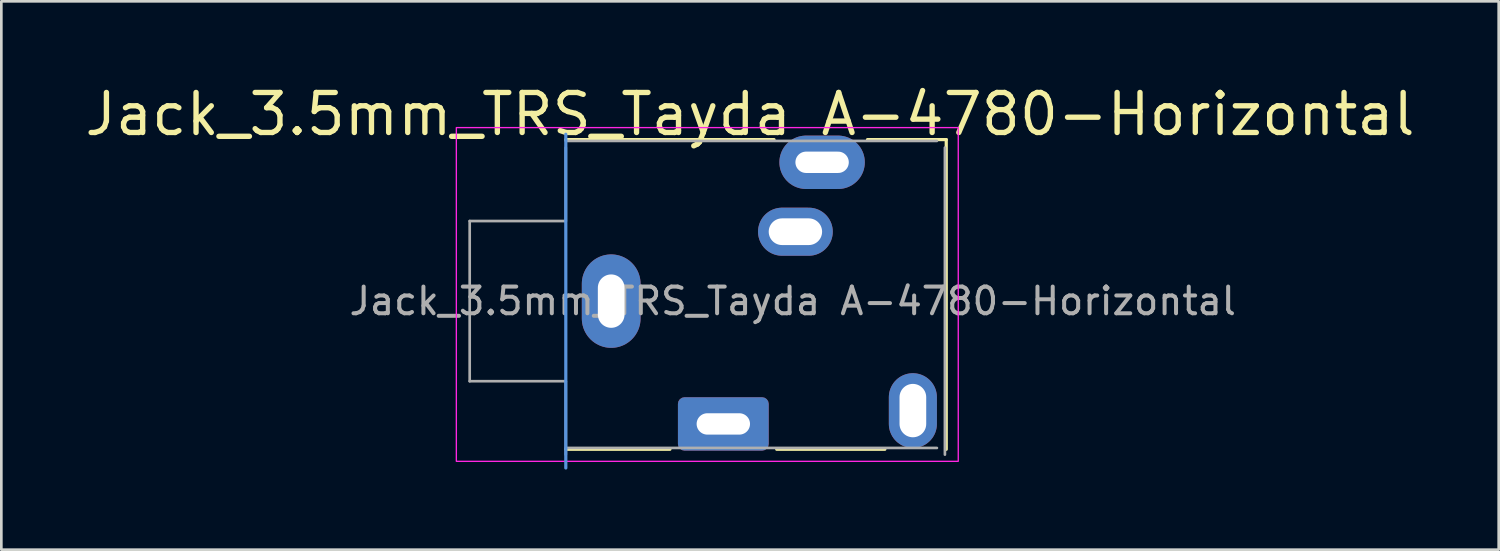
<source format=kicad_pcb>
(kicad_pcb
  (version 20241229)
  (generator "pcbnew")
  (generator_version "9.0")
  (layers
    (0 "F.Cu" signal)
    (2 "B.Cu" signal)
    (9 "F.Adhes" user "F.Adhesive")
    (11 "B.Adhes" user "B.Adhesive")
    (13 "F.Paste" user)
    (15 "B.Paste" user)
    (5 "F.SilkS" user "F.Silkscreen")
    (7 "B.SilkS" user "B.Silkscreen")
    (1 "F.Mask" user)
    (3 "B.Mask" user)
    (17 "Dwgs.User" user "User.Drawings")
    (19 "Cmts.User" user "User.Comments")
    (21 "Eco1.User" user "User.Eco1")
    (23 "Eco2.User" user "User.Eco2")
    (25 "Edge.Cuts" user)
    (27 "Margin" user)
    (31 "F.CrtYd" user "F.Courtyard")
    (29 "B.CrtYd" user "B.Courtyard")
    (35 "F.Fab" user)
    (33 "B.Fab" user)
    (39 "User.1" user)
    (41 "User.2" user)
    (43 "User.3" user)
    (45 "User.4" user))
  (footprint "Jack_3.5mm_TRS_Tayda A-4780-Horizontal"
    (layer "F.Cu")
    (at 19.843 8.229)
    (property "Reference" "Jack_3.5mm_TRS_Tayda A-4780-Horizontal" (at 5.2 -7 0) (unlocked yes) (layer "F.SilkS") (effects (font (size 1.5 1.5) (thickness 0.2))))
    (attr through_hole)
    (fp_line (start 2.2 5.55) (end -1.7 5.55) (stroke (width 0.12) (type solid)) (layer "F.SilkS"))
    (fp_line (start 6.1 -6.05) (end -1.7 -6.05) (stroke (width 0.12) (type solid)) (layer "F.SilkS"))
    (fp_line (start 10.25 5.55) (end 6.2 5.55) (stroke (width 0.12) (type solid)) (layer "F.SilkS"))
    (fp_line (start 12.55 -6.05) (end 9.6 -6.05) (stroke (width 0.12) (type solid)) (layer "F.SilkS"))
    (fp_line (start 12.55 -6.05) (end 12.55 5.55) (stroke (width 0.12) (type solid)) (layer "F.SilkS"))
    (fp_rect (start 7.15 -5.45) (end 8.65 -4.95) (stroke (width 0.01) (type solid)) (fill no) (layer "Dwgs.User"))
    (fp_line (start -1.7 -6.25) (end -1.7 6.25) (stroke (width 0.12) (type solid)) (layer "Cmts.User"))
    (fp_rect (start -5.8 -6.5) (end 13 6) (stroke (width 0.05) (type solid)) (fill no) (layer "F.CrtYd"))
    (fp_line (start -5.3 -3) (end -5.3 3) (stroke (width 0.1) (type solid)) (layer "F.Fab"))
    (fp_line (start -1.7 -5.75) (end -1.7 -3) (stroke (width 0.1) (type solid)) (layer "F.Fab"))
    (fp_line (start -1.7 -3) (end -5.3 -3) (stroke (width 0.1) (type solid)) (layer "F.Fab"))
    (fp_line (start -1.7 3) (end -5.3 3) (stroke (width 0.1) (type solid)) (layer "F.Fab"))
    (fp_line (start -1.7 5.75) (end -1.7 3) (stroke (width 0.1) (type solid)) (layer "F.Fab"))
    (fp_line (start 12.2 -6) (end -1.7 -6) (stroke (width 0.1) (type solid)) (layer "F.Fab"))
    (fp_line (start 12.2 5.5) (end -1.7 5.5) (stroke (width 0.1) (type solid)) (layer "F.Fab"))
    (fp_line (start 12.5 -5.75) (end 12.5 5.75) (stroke (width 0.1) (type solid)) (layer "F.Fab"))
    (fp_text user "${REFERENCE}" (at 6.8 0 0) (unlocked yes) (layer "F.Fab") (effects (font (size 1 1) (thickness 0.15))))
    (pad "R" thru_hole oval (at 7.9 -5.2) (size 3.2 2) (drill oval 2 0.8) (layers "*.Cu" "*.Mask"))
    (pad "RN" thru_hole oval (at 6.9 -2.6) (size 2.8 1.8) (drill oval 2 1) (layers "*.Cu" "*.Mask"))
    (pad "S" thru_hole oval (at 0 0 270) (size 3.5 2.2) (drill oval 2 1) (layers "*.Cu" "*.Mask"))
    (pad "T" thru_hole roundrect (at 4.2 4.6) (size 3.4 2) (drill oval 2 0.8) (layers "*.Cu" "*.Mask") (roundrect_rratio 0.125))
    (pad "TN" thru_hole oval (at 11.3 4.1 90) (size 2.8 1.8) (drill oval 2 1) (layers "*.Cu" "*.Mask")))
  (gr_rect
    (start -3 -3)
    (end 53.086 17.538)
    (stroke (width 0.1) (type default))
    (fill no)
    (layer "Edge.Cuts")))
</source>
